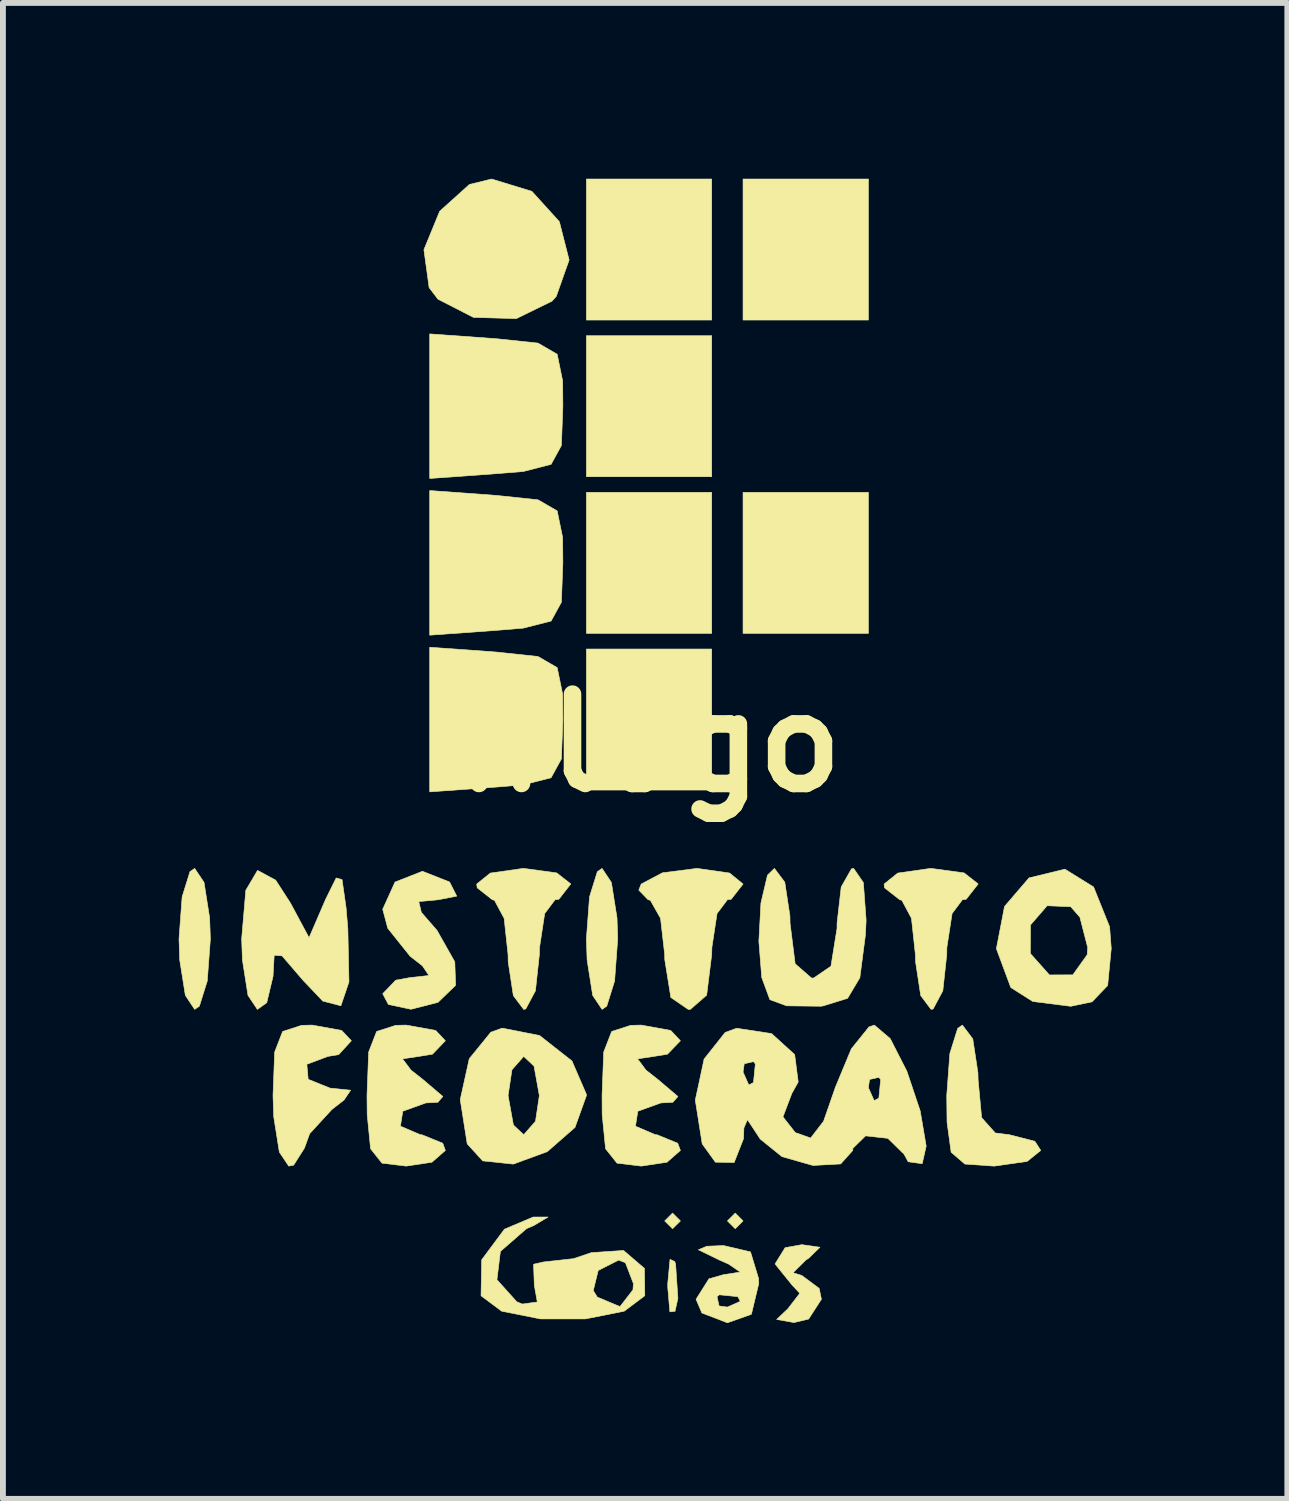
<source format=kicad_pcb>
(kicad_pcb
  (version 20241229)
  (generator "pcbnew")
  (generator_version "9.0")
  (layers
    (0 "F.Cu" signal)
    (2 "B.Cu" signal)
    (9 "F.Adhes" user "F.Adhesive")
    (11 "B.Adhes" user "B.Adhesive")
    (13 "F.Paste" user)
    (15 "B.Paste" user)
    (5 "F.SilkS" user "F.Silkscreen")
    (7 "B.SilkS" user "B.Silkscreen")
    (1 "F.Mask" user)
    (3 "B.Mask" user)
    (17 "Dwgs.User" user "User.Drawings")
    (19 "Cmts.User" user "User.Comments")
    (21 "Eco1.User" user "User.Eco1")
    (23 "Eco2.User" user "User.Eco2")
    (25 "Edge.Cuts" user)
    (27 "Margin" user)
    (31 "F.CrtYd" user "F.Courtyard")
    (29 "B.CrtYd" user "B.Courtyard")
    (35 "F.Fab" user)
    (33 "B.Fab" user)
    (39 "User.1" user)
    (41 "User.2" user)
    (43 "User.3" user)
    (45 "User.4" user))
  (footprint "iflogo"
    (layer "F.Cu")
    (at 8.026 9.63)
    (property "Reference" "iflogo" (at 0 0 0) (layer "F.SilkS") (effects (font (size 1.524 1.524) (thickness 0.3))))
    (attr through_hole)
    (fp_poly (pts (xy 0.535 8.155) (xy 0.401 8.288) (xy 0.267 8.155) (xy 0.401 8.021) (xy 0.535 8.155)) (stroke (width 0.01) (type solid)) (fill yes) (layer "F.SilkS"))
    (fp_poly (pts (xy 1.069 -7.219) (xy -1.069 -7.219) (xy -1.069 -9.625) (xy 1.069 -9.625) (xy 1.069 -7.219)) (stroke (width 0.01) (type solid)) (fill yes) (layer "F.SilkS"))
    (fp_poly (pts (xy 1.069 -4.545) (xy -1.069 -4.545) (xy -1.069 -6.952) (xy 1.069 -6.952) (xy 1.069 -4.545)) (stroke (width 0.01) (type solid)) (fill yes) (layer "F.SilkS"))
    (fp_poly (pts (xy 1.069 -1.872) (xy -1.069 -1.872) (xy -1.069 -4.278) (xy 1.069 -4.278) (xy 1.069 -1.872)) (stroke (width 0.01) (type solid)) (fill yes) (layer "F.SilkS"))
    (fp_poly (pts (xy 1.069 0.802) (xy -1.069 0.802) (xy -1.069 -1.604) (xy 1.069 -1.604) (xy 1.069 0.802)) (stroke (width 0.01) (type solid)) (fill yes) (layer "F.SilkS"))
    (fp_poly (pts (xy 1.604 8.155) (xy 1.471 8.288) (xy 1.337 8.155) (xy 1.471 8.021) (xy 1.604 8.155)) (stroke (width 0.01) (type solid)) (fill yes) (layer "F.SilkS"))
    (fp_poly (pts (xy 3.743 -7.219) (xy 1.604 -7.219) (xy 1.604 -9.625) (xy 3.743 -9.625) (xy 3.743 -7.219)) (stroke (width 0.01) (type solid)) (fill yes) (layer "F.SilkS"))
    (fp_poly (pts (xy 3.743 -1.872) (xy 1.604 -1.872) (xy 1.604 -4.278) (xy 3.743 -4.278) (xy 3.743 -1.872)) (stroke (width 0.01) (type solid)) (fill yes) (layer "F.SilkS"))
    (fp_poly (pts (xy 0.439 8.849) (xy 0.453 8.895) (xy 0.492 9.477) (xy 0.443 9.697) (xy 0.355 9.706) (xy 0.319 9.288) (xy 0.319 9.224) (xy 0.358 8.81) (xy 0.439 8.849)) (stroke (width 0.01) (type solid)) (fill yes) (layer "F.SilkS"))
    (fp_poly (pts (xy -2.607 -6.9) (xy -1.895 -6.825) (xy -1.568 -6.635) (xy -1.475 -6.181) (xy -1.471 -5.748) (xy -1.496 -5.077) (xy -1.672 -4.756) (xy -2.147 -4.634) (xy -2.607 -4.597) (xy -3.743 -4.515) (xy -3.743 -6.982) (xy -2.607 -6.9)) (stroke (width 0.01) (type solid)) (fill yes) (layer "F.SilkS"))
    (fp_poly (pts (xy -2.607 -4.226) (xy -1.895 -4.151) (xy -1.568 -3.962) (xy -1.475 -3.508) (xy -1.471 -3.075) (xy -1.496 -2.403) (xy -1.672 -2.082) (xy -2.147 -1.961) (xy -2.607 -1.923) (xy -3.743 -1.841) (xy -3.743 -4.309) (xy -2.607 -4.226)) (stroke (width 0.01) (type solid)) (fill yes) (layer "F.SilkS"))
    (fp_poly (pts (xy -2.607 -1.553) (xy -1.895 -1.477) (xy -1.568 -1.288) (xy -1.475 -0.834) (xy -1.471 -0.401) (xy -1.496 0.271) (xy -1.672 0.592) (xy -2.147 0.713) (xy -2.607 0.751) (xy -3.743 0.833) (xy -3.743 -1.635) (xy -2.607 -1.553)) (stroke (width 0.01) (type solid)) (fill yes) (layer "F.SilkS"))
    (fp_poly (pts (xy -7.594 2.378) (xy -7.499 2.983) (xy -7.486 3.342) (xy -7.539 4.06) (xy -7.674 4.49) (xy -7.754 4.545) (xy -7.913 4.306) (xy -8.009 3.702) (xy -8.021 3.342) (xy -7.968 2.625) (xy -7.834 2.194) (xy -7.754 2.139) (xy -7.594 2.378)) (stroke (width 0.01) (type solid)) (fill yes) (layer "F.SilkS"))
    (fp_poly (pts (xy -0.643 2.378) (xy -0.547 2.983) (xy -0.535 3.342) (xy -0.588 4.06) (xy -0.722 4.49) (xy -0.802 4.545) (xy -0.962 4.306) (xy -1.057 3.702) (xy -1.069 3.342) (xy -1.016 2.625) (xy -0.882 2.194) (xy -0.802 2.139) (xy -0.643 2.378)) (stroke (width 0.01) (type solid)) (fill yes) (layer "F.SilkS"))
    (fp_poly (pts (xy -2 -9.415) (xy -1.531 -8.898) (xy -1.364 -8.244) (xy -1.584 -7.622) (xy -1.658 -7.54) (xy -2.266 -7.243) (xy -2.997 -7.264) (xy -3.603 -7.575) (xy -3.753 -7.772) (xy -3.842 -8.419) (xy -3.573 -9.075) (xy -3.066 -9.532) (xy -2.687 -9.625) (xy -2 -9.415)) (stroke (width 0.01) (type solid)) (fill yes) (layer "F.SilkS"))
    (fp_poly (pts (xy 2.916 8.604) (xy 2.725 8.79) (xy 2.674 8.823) (xy 2.456 9.039) (xy 2.607 9.086) (xy 2.903 9.306) (xy 2.941 9.492) (xy 2.723 9.829) (xy 2.473 9.889) (xy 2.177 9.836) (xy 2.368 9.655) (xy 2.572 9.39) (xy 2.435 9.242) (xy 2.15 8.889) (xy 2.322 8.611) (xy 2.607 8.56) (xy 2.916 8.604)) (stroke (width 0.01) (type solid)) (fill yes) (layer "F.SilkS"))
    (fp_poly (pts (xy 5.524 5.048) (xy 5.612 5.626) (xy 5.615 5.748) (xy 5.675 6.393) (xy 5.908 6.654) (xy 6.149 6.684) (xy 6.584 6.796) (xy 6.684 6.952) (xy 6.452 7.139) (xy 5.892 7.219) (xy 5.882 7.219) (xy 5.389 7.184) (xy 5.155 6.983) (xy 5.085 6.47) (xy 5.08 6.016) (xy 5.133 5.298) (xy 5.267 4.868) (xy 5.347 4.813) (xy 5.524 5.048)) (stroke (width 0.01) (type solid)) (fill yes) (layer "F.SilkS"))
    (fp_poly (pts (xy 1.374 2.218) (xy 1.604 2.406) (xy 1.401 2.666) (xy 1.337 2.674) (xy 1.16 2.909) (xy 1.072 3.487) (xy 1.069 3.609) (xy 0.983 4.302) (xy 0.705 4.544) (xy 0.668 4.545) (xy 0.372 4.342) (xy 0.268 3.695) (xy 0.267 3.609) (xy 0.196 2.991) (xy 0.021 2.682) (xy -0.016 2.674) (xy -0.175 2.51) (xy -0.134 2.406) (xy 0.228 2.214) (xy 0.818 2.139) (xy 1.374 2.218)) (stroke (width 0.01) (type solid)) (fill yes) (layer "F.SilkS"))
    (fp_poly (pts (xy -3.404 2.371) (xy -3.282 2.612) (xy -3.597 2.674) (xy -3.93 2.705) (xy -3.886 2.889) (xy -3.618 3.198) (xy -3.315 3.734) (xy -3.301 4.134) (xy -3.602 4.425) (xy -4.063 4.543) (xy -4.448 4.461) (xy -4.545 4.278) (xy -4.324 4.047) (xy -4.077 4.002) (xy -3.756 3.967) (xy -3.868 3.801) (xy -4.077 3.638) (xy -4.459 3.16) (xy -4.545 2.836) (xy -4.335 2.372) (xy -3.867 2.188) (xy -3.404 2.371)) (stroke (width 0.01) (type solid)) (fill yes) (layer "F.SilkS"))
    (fp_poly (pts (xy -6.372 2.339) (xy -6.119 2.731) (xy -5.802 3.322) (xy -5.518 2.664) (xy -5.339 2.302) (xy -5.239 2.33) (xy -5.171 2.805) (xy -5.14 3.169) (xy -5.121 4.076) (xy -5.259 4.483) (xy -5.567 4.403) (xy -5.905 4.048) (xy -6.262 3.632) (xy -6.397 3.62) (xy -6.417 3.981) (xy -6.524 4.431) (xy -6.684 4.545) (xy -6.844 4.306) (xy -6.939 3.702) (xy -6.952 3.342) (xy -6.881 2.512) (xy -6.681 2.173) (xy -6.372 2.339)) (stroke (width 0.01) (type solid)) (fill yes) (layer "F.SilkS"))
    (fp_poly (pts (xy -5.246 4.904) (xy -5.08 5.08) (xy -5.297 5.317) (xy -5.481 5.347) (xy -5.84 5.482) (xy -5.817 5.738) (xy -5.44 5.89) (xy -5.414 5.891) (xy -5.093 5.925) (xy -5.205 6.091) (xy -5.414 6.254) (xy -5.792 6.666) (xy -5.882 6.914) (xy -6.065 7.203) (xy -6.149 7.219) (xy -6.309 6.98) (xy -6.405 6.375) (xy -6.417 6.016) (xy -6.389 5.273) (xy -6.253 4.922) (xy -5.929 4.817) (xy -5.748 4.813) (xy -5.246 4.904)) (stroke (width 0.01) (type solid)) (fill yes) (layer "F.SilkS"))
    (fp_poly (pts (xy -1.576 2.216) (xy -1.337 2.403) (xy -1.337 2.406) (xy -1.54 2.666) (xy -1.604 2.674) (xy -1.781 2.909) (xy -1.869 3.487) (xy -1.872 3.609) (xy -1.939 4.228) (xy -2.104 4.537) (xy -2.139 4.545) (xy -2.316 4.31) (xy -2.404 3.732) (xy -2.406 3.609) (xy -2.473 2.991) (xy -2.639 2.682) (xy -2.674 2.674) (xy -2.933 2.47) (xy -2.941 2.406) (xy -2.709 2.219) (xy -2.149 2.139) (xy -2.139 2.139) (xy -1.576 2.216)) (stroke (width 0.01) (type solid)) (fill yes) (layer "F.SilkS"))
    (fp_poly (pts (xy 5.376 2.216) (xy 5.615 2.403) (xy 5.615 2.406) (xy 5.411 2.666) (xy 5.347 2.674) (xy 5.171 2.909) (xy 5.082 3.487) (xy 5.08 3.609) (xy 5.013 4.228) (xy 4.848 4.537) (xy 4.813 4.545) (xy 4.636 4.31) (xy 4.548 3.732) (xy 4.545 3.609) (xy 4.478 2.991) (xy 4.313 2.682) (xy 4.278 2.674) (xy 4.018 2.47) (xy 4.011 2.406) (xy 4.243 2.219) (xy 4.803 2.139) (xy 4.813 2.139) (xy 5.376 2.216)) (stroke (width 0.01) (type solid)) (fill yes) (layer "F.SilkS"))
    (fp_poly (pts (xy -1.868 4.991) (xy -1.316 5.425) (xy -1.07 5.993) (xy -1.069 6.016) (xy -1.264 6.559) (xy -1.736 6.972) (xy -2.317 7.185) (xy -2.838 7.13) (xy -3.103 6.84) (xy -3.222 6.087) (xy -3.207 6.016) (xy -2.406 6.016) (xy -2.315 6.518) (xy -2.139 6.684) (xy -1.938 6.455) (xy -1.872 6.016) (xy -1.963 5.513) (xy -2.139 5.347) (xy -2.34 5.576) (xy -2.406 6.016) (xy -3.207 6.016) (xy -3.068 5.387) (xy -2.7 4.934) (xy -2.506 4.865) (xy -1.868 4.991)) (stroke (width 0.01) (type solid)) (fill yes) (layer "F.SilkS"))
    (fp_poly (pts (xy 1.731 8.683) (xy 1.87 9.141) (xy 1.872 9.224) (xy 1.746 9.748) (xy 1.337 9.893) (xy 0.901 9.725) (xy 0.802 9.492) (xy 0.83 9.447) (xy 1.159 9.447) (xy 1.195 9.606) (xy 1.337 9.625) (xy 1.557 9.527) (xy 1.515 9.447) (xy 1.198 9.415) (xy 1.159 9.447) (xy 0.83 9.447) (xy 1.022 9.143) (xy 1.27 9.072) (xy 1.556 9.028) (xy 1.363 8.894) (xy 1.203 8.823) (xy 0.842 8.647) (xy 0.984 8.587) (xy 1.27 8.575) (xy 1.731 8.683)) (stroke (width 0.01) (type solid)) (fill yes) (layer "F.SilkS"))
    (fp_poly (pts (xy 7.586 2.456) (xy 7.859 3.136) (xy 7.887 3.505) (xy 7.826 4.137) (xy 7.559 4.416) (xy 7.196 4.492) (xy 6.549 4.41) (xy 6.173 4.172) (xy 5.957 3.59) (xy 6.506 3.59) (xy 6.507 3.592) (xy 6.832 3.957) (xy 7.231 3.956) (xy 7.476 3.614) (xy 7.486 3.492) (xy 7.352 2.972) (xy 7.196 2.793) (xy 6.793 2.776) (xy 6.509 3.104) (xy 6.506 3.59) (xy 5.957 3.59) (xy 5.927 3.51) (xy 6.066 2.788) (xy 6.484 2.301) (xy 7.096 2.152) (xy 7.586 2.456)) (stroke (width 0.01) (type solid)) (fill yes) (layer "F.SilkS"))
    (fp_poly (pts (xy -3.642 4.904) (xy -3.476 5.08) (xy -3.696 5.309) (xy -3.928 5.347) (xy -4.207 5.389) (xy -4.063 5.581) (xy -3.861 5.74) (xy -3.519 6.031) (xy -3.605 6.13) (xy -3.81 6.141) (xy -4.203 6.283) (xy -4.243 6.538) (xy -3.902 6.684) (xy -3.877 6.684) (xy -3.521 6.829) (xy -3.476 6.952) (xy -3.705 7.153) (xy -4.144 7.219) (xy -4.557 7.169) (xy -4.752 6.924) (xy -4.81 6.34) (xy -4.813 6.016) (xy -4.785 5.273) (xy -4.649 4.922) (xy -4.324 4.817) (xy -4.144 4.813) (xy -3.642 4.904)) (stroke (width 0.01) (type solid)) (fill yes) (layer "F.SilkS"))
    (fp_poly (pts (xy 0.369 4.904) (xy 0.535 5.08) (xy 0.315 5.309) (xy 0.083 5.347) (xy -0.196 5.389) (xy -0.053 5.581) (xy 0.149 5.74) (xy 0.492 6.031) (xy 0.406 6.13) (xy 0.201 6.141) (xy -0.192 6.283) (xy -0.232 6.538) (xy 0.108 6.684) (xy 0.134 6.684) (xy 0.489 6.829) (xy 0.535 6.952) (xy 0.306 7.153) (xy -0.134 7.219) (xy -0.546 7.169) (xy -0.742 6.924) (xy -0.8 6.34) (xy -0.802 6.016) (xy -0.774 5.273) (xy -0.638 4.922) (xy -0.314 4.817) (xy -0.134 4.813) (xy 0.369 4.904)) (stroke (width 0.01) (type solid)) (fill yes) (layer "F.SilkS"))
    (fp_poly (pts (xy 3.657 2.381) (xy 3.704 3.023) (xy 3.692 3.275) (xy 3.597 4.005) (xy 3.388 4.356) (xy 2.968 4.486) (xy 2.931 4.491) (xy 2.347 4.484) (xy 2.062 4.379) (xy 1.923 4.001) (xy 1.874 3.382) (xy 1.909 2.73) (xy 2.021 2.254) (xy 2.139 2.139) (xy 2.316 2.374) (xy 2.404 2.952) (xy 2.406 3.075) (xy 2.493 3.767) (xy 2.771 4.009) (xy 2.807 4.011) (xy 3.104 3.808) (xy 3.208 3.16) (xy 3.208 3.075) (xy 3.279 2.456) (xy 3.454 2.147) (xy 3.491 2.139) (xy 3.657 2.381)) (stroke (width 0.01) (type solid)) (fill yes) (layer "F.SilkS"))
    (fp_poly (pts (xy -1.961 8.23) (xy -2.092 8.287) (xy -2.537 8.675) (xy -2.596 9.158) (xy -2.257 9.535) (xy -2.163 9.573) (xy -1.907 9.538) (xy -1.942 9.343) (xy -0.952 9.343) (xy -0.884 9.454) (xy -0.496 9.617) (xy -0.275 9.331) (xy -0.267 9.224) (xy -0.403 8.868) (xy -0.519 8.823) (xy -0.868 9) (xy -0.952 9.343) (xy -1.942 9.343) (xy -1.958 9.25) (xy -1.971 8.894) (xy -1.8 8.855) (xy -1.29 8.799) (xy -0.985 8.696) (xy -0.435 8.659) (xy -0.079 8.965) (xy -0.073 9.431) (xy -0.424 9.695) (xy -1.087 9.827) (xy -1.852 9.827) (xy -2.515 9.695) (xy -2.867 9.432) (xy -2.867 9.431) (xy -2.856 8.818) (xy -2.468 8.296) (xy -1.977 8.088) (xy -1.723 8.088) (xy -1.961 8.23)) (stroke (width 0.01) (type solid)) (fill yes) (layer "F.SilkS"))
    (fp_poly (pts (xy 4.115 5.043) (xy 4.399 5.599) (xy 4.627 6.278) (xy 4.729 6.878) (xy 4.661 7.178) (xy 4.422 7.145) (xy 4.353 7.018) (xy 4.075 6.745) (xy 3.695 6.703) (xy 3.478 6.915) (xy 3.476 6.952) (xy 3.27 7.182) (xy 2.796 7.208) (xy 2.267 7.057) (xy 1.896 6.757) (xy 1.893 6.751) (xy 1.679 6.426) (xy 1.618 6.568) (xy 1.612 6.751) (xy 1.452 7.158) (xy 1.132 7.152) (xy 0.907 6.84) (xy 0.789 6.093) (xy 0.892 5.615) (xy 1.604 5.615) (xy 1.702 5.835) (xy 1.782 5.793) (xy 1.814 5.476) (xy 1.782 5.436) (xy 1.624 5.473) (xy 1.604 5.615) (xy 0.892 5.615) (xy 0.939 5.393) (xy 1.299 4.938) (xy 1.494 4.867) (xy 2.091 4.958) (xy 2.485 5.316) (xy 2.545 5.784) (xy 2.436 5.98) (xy 2.285 6.379) (xy 2.495 6.647) (xy 2.758 6.74) (xy 2.978 6.454) (xy 3.177 5.882) (xy 3.743 5.882) (xy 3.841 6.102) (xy 3.921 6.06) (xy 3.953 5.743) (xy 3.921 5.704) (xy 3.762 5.741) (xy 3.743 5.882) (xy 3.177 5.882) (xy 3.177 5.88) (xy 3.452 5.218) (xy 3.753 4.844) (xy 3.845 4.813) (xy 4.115 5.043)) (stroke (width 0.01) (type solid)) (fill yes) (layer "F.SilkS")))
  (gr_rect
    (start -3 -3)
    (end 18.918 22.528)
    (stroke (width 0.1) (type default))
    (fill no)
    (layer "Edge.Cuts")))
</source>
